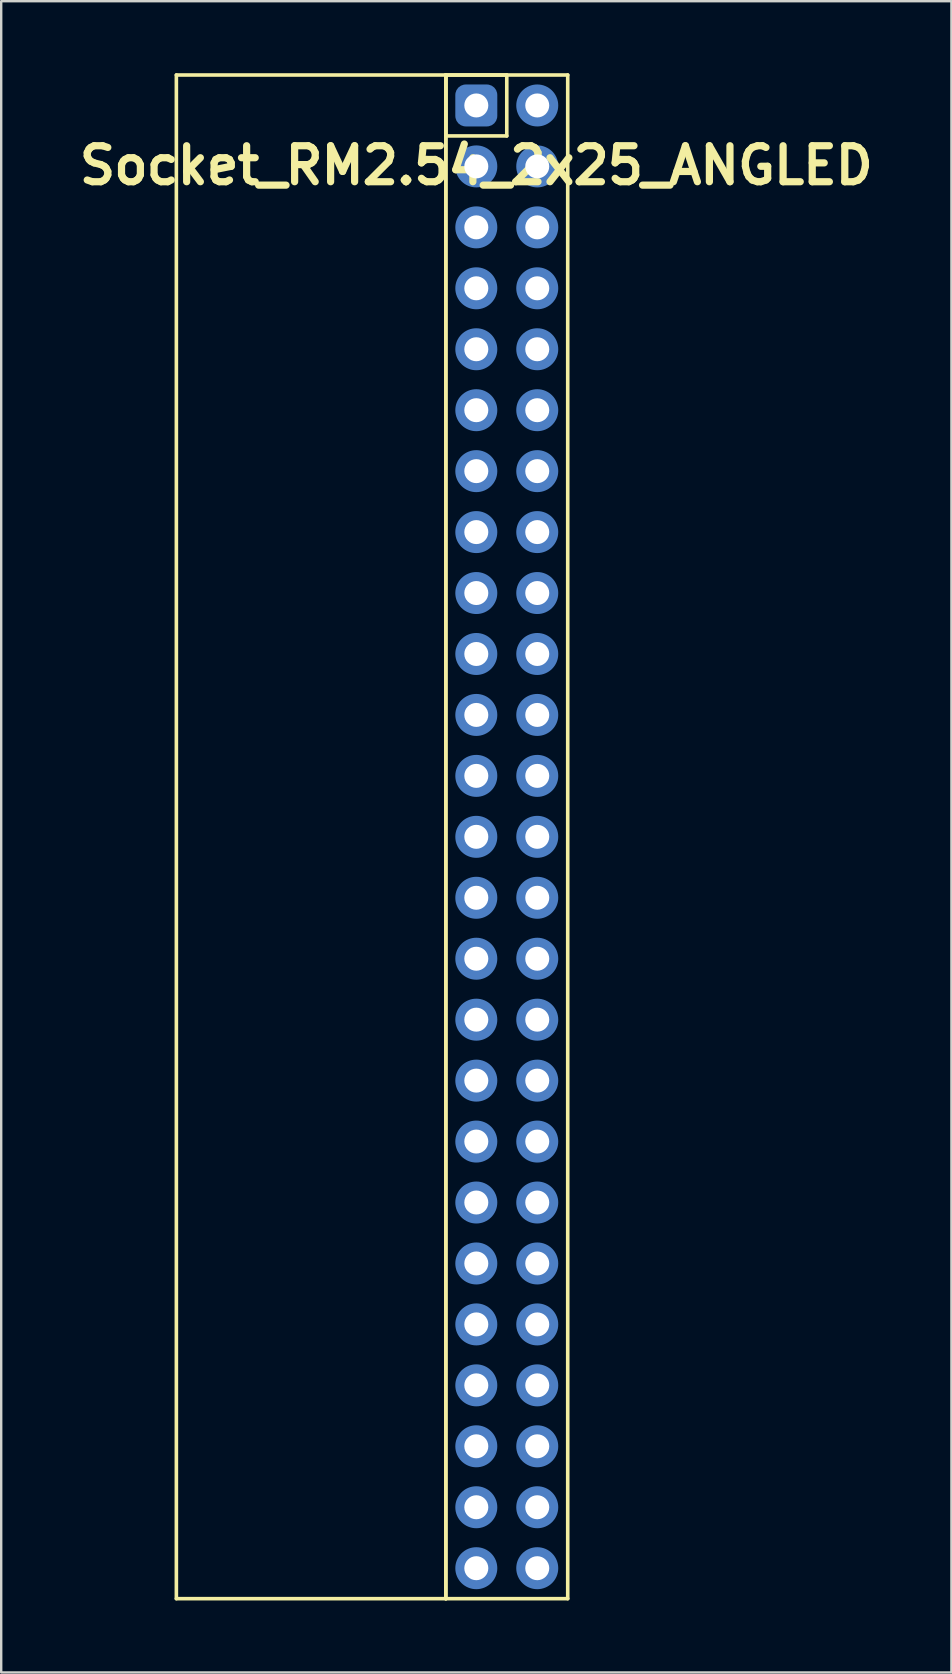
<source format=kicad_pcb>
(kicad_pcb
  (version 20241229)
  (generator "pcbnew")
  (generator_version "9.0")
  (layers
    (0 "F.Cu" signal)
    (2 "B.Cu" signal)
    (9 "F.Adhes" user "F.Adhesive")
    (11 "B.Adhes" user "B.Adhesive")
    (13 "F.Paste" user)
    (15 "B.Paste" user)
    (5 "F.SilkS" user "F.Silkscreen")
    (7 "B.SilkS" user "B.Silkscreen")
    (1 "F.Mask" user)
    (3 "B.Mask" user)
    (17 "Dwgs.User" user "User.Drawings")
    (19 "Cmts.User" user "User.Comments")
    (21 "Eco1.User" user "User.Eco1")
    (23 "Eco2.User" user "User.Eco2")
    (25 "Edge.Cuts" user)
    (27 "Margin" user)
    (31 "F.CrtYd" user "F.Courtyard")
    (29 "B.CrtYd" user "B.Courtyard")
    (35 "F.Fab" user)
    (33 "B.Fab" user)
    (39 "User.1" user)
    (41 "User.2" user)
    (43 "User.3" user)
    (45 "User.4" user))
  (footprint "Socket_RM2.54_2x25_ANGLED"
    (layer "F.Cu")
    (at 16.8 1.345)
    (property "Reference" "Socket_RM2.54_2x25_ANGLED" (at 0 2.5 0) (layer "F.SilkS") (effects (font (size 1.5 1.5) (thickness 0.3))))
    (attr through_hole)
    (fp_line (start -12.5 -1.27) (end -1.27 -1.27) (stroke (width 0.15) (type solid)) (layer "F.SilkS"))
    (fp_line (start -12.5 62.23) (end -12.5 -1.27) (stroke (width 0.15) (type solid)) (layer "F.SilkS"))
    (fp_line (start -1.27 -1.27) (end -1.27 62.23) (stroke (width 0.15) (type solid)) (layer "F.SilkS"))
    (fp_line (start -1.27 -1.27) (end 1.27 -1.27) (stroke (width 0.15) (type solid)) (layer "F.SilkS"))
    (fp_line (start -1.27 -1.27) (end 3.81 -1.27) (stroke (width 0.15) (type solid)) (layer "F.SilkS"))
    (fp_line (start -1.27 1.27) (end -1.27 -1.27) (stroke (width 0.15) (type solid)) (layer "F.SilkS"))
    (fp_line (start -1.27 62.23) (end -12.5 62.23) (stroke (width 0.15) (type solid)) (layer "F.SilkS"))
    (fp_line (start -1.27 62.23) (end -1.27 -1.27) (stroke (width 0.15) (type solid)) (layer "F.SilkS"))
    (fp_line (start 1.27 -1.27) (end 1.27 1.27) (stroke (width 0.15) (type solid)) (layer "F.SilkS"))
    (fp_line (start 1.27 1.27) (end -1.27 1.27) (stroke (width 0.15) (type solid)) (layer "F.SilkS"))
    (fp_line (start 3.81 -1.27) (end 3.81 62.23) (stroke (width 0.15) (type solid)) (layer "F.SilkS"))
    (fp_line (start 3.81 62.23) (end -1.27 62.23) (stroke (width 0.15) (type solid)) (layer "F.SilkS"))
    (pad "1" thru_hole circle (at 0 0) (size 1.3 1.3) (drill 1) (layers "*.Cu" "*.Mask"))
    (pad "1" smd roundrect (at 0 0) (size 1.5 1.5) (layers "F.Cu" "F.Mask") (roundrect_rratio 0.25))
    (pad "1" smd roundrect (at 0 0) (size 1.75 1.75) (layers "B.Cu" "B.Mask") (roundrect_rratio 0.25))
    (pad "2" thru_hole circle (at 2.54 0) (size 1.3 1.3) (drill 1) (layers "*.Cu" "*.Mask"))
    (pad "2" smd circle (at 2.54 0) (size 1.5 1.5) (layers "F.Cu" "F.Mask"))
    (pad "2" smd circle (at 2.54 0) (size 1.75 1.75) (layers "B.Cu" "B.Mask"))
    (pad "3" thru_hole circle (at 0 2.54) (size 1.3 1.3) (drill 1) (layers "*.Cu" "*.Mask"))
    (pad "3" smd circle (at 0 2.54) (size 1.5 1.5) (layers "F.Cu" "F.Mask"))
    (pad "3" smd circle (at 0 2.54) (size 1.75 1.75) (layers "B.Cu" "B.Mask"))
    (pad "4" thru_hole circle (at 2.54 2.54) (size 1.3 1.3) (drill 1) (layers "*.Cu" "*.Mask"))
    (pad "4" smd circle (at 2.54 2.54) (size 1.5 1.5) (layers "F.Cu" "F.Mask"))
    (pad "4" smd circle (at 2.54 2.54) (size 1.75 1.75) (layers "B.Cu" "B.Mask"))
    (pad "5" thru_hole circle (at 0 5.08) (size 1.3 1.3) (drill 1) (layers "*.Cu" "*.Mask"))
    (pad "5" smd circle (at 0 5.08) (size 1.5 1.5) (layers "F.Cu" "F.Mask"))
    (pad "5" smd circle (at 0 5.08) (size 1.75 1.75) (layers "B.Cu" "B.Mask"))
    (pad "6" thru_hole circle (at 2.54 5.08) (size 1.3 1.3) (drill 1) (layers "*.Cu" "*.Mask"))
    (pad "6" smd circle (at 2.54 5.08) (size 1.5 1.5) (layers "F.Cu" "F.Mask"))
    (pad "6" smd circle (at 2.54 5.08) (size 1.75 1.75) (layers "B.Cu" "B.Mask"))
    (pad "7" thru_hole circle (at 0 7.62) (size 1.3 1.3) (drill 1) (layers "*.Cu" "*.Mask"))
    (pad "7" smd circle (at 0 7.62) (size 1.5 1.5) (layers "F.Cu" "F.Mask"))
    (pad "7" smd circle (at 0 7.62) (size 1.75 1.75) (layers "B.Cu" "B.Mask"))
    (pad "8" thru_hole circle (at 2.54 7.62) (size 1.3 1.3) (drill 1) (layers "*.Cu" "*.Mask"))
    (pad "8" smd circle (at 2.54 7.62) (size 1.5 1.5) (layers "F.Cu" "F.Mask"))
    (pad "8" smd circle (at 2.54 7.62) (size 1.75 1.75) (layers "B.Cu" "B.Mask"))
    (pad "9" thru_hole circle (at 0 10.16) (size 1.3 1.3) (drill 1) (layers "*.Cu" "*.Mask"))
    (pad "9" smd circle (at 0 10.16) (size 1.5 1.5) (layers "F.Cu" "F.Mask"))
    (pad "9" smd circle (at 0 10.16) (size 1.75 1.75) (layers "B.Cu" "B.Mask"))
    (pad "10" thru_hole circle (at 2.54 10.16) (size 1.3 1.3) (drill 1) (layers "*.Cu" "*.Mask"))
    (pad "10" smd circle (at 2.54 10.16) (size 1.5 1.5) (layers "F.Cu" "F.Mask"))
    (pad "10" smd circle (at 2.54 10.16) (size 1.75 1.75) (layers "B.Cu" "B.Mask"))
    (pad "11" thru_hole circle (at 0 12.7) (size 1.3 1.3) (drill 1) (layers "*.Cu" "*.Mask"))
    (pad "11" smd circle (at 0 12.7) (size 1.5 1.5) (layers "F.Cu" "F.Mask"))
    (pad "11" smd circle (at 0 12.7) (size 1.75 1.75) (layers "B.Cu" "B.Mask"))
    (pad "12" thru_hole circle (at 2.54 12.7) (size 1.3 1.3) (drill 1) (layers "*.Cu" "*.Mask"))
    (pad "12" smd circle (at 2.54 12.7) (size 1.5 1.5) (layers "F.Cu" "F.Mask"))
    (pad "12" smd circle (at 2.54 12.7) (size 1.75 1.75) (layers "B.Cu" "B.Mask"))
    (pad "13" thru_hole circle (at 0 15.24) (size 1.3 1.3) (drill 1) (layers "*.Cu" "*.Mask"))
    (pad "13" smd circle (at 0 15.24) (size 1.5 1.5) (layers "F.Cu" "F.Mask"))
    (pad "13" smd circle (at 0 15.24) (size 1.75 1.75) (layers "B.Cu" "B.Mask"))
    (pad "14" thru_hole circle (at 2.54 15.24) (size 1.3 1.3) (drill 1) (layers "*.Cu" "*.Mask"))
    (pad "14" smd circle (at 2.54 15.24) (size 1.5 1.5) (layers "F.Cu" "F.Mask"))
    (pad "14" smd circle (at 2.54 15.24) (size 1.75 1.75) (layers "B.Cu" "B.Mask"))
    (pad "15" thru_hole circle (at 0 17.78) (size 1.3 1.3) (drill 1) (layers "*.Cu" "*.Mask"))
    (pad "15" smd circle (at 0 17.78) (size 1.5 1.5) (layers "F.Cu" "F.Mask"))
    (pad "15" smd circle (at 0 17.78) (size 1.75 1.75) (layers "B.Cu" "B.Mask"))
    (pad "16" thru_hole circle (at 2.54 17.78) (size 1.3 1.3) (drill 1) (layers "*.Cu" "*.Mask"))
    (pad "16" smd circle (at 2.54 17.78) (size 1.5 1.5) (layers "F.Cu" "F.Mask"))
    (pad "16" smd circle (at 2.54 17.78) (size 1.75 1.75) (layers "B.Cu" "B.Mask"))
    (pad "17" thru_hole circle (at 0 20.32) (size 1.3 1.3) (drill 1) (layers "*.Cu" "*.Mask"))
    (pad "17" smd circle (at 0 20.32) (size 1.5 1.5) (layers "F.Cu" "F.Mask"))
    (pad "17" smd circle (at 0 20.32) (size 1.75 1.75) (layers "B.Cu" "B.Mask"))
    (pad "18" thru_hole circle (at 2.54 20.32) (size 1.3 1.3) (drill 1) (layers "*.Cu" "*.Mask"))
    (pad "18" smd circle (at 2.54 20.32) (size 1.5 1.5) (layers "F.Cu" "F.Mask"))
    (pad "18" smd circle (at 2.54 20.32) (size 1.75 1.75) (layers "B.Cu" "B.Mask"))
    (pad "19" thru_hole circle (at 0 22.86) (size 1.3 1.3) (drill 1) (layers "*.Cu" "*.Mask"))
    (pad "19" smd circle (at 0 22.86) (size 1.5 1.5) (layers "F.Cu" "F.Mask"))
    (pad "19" smd circle (at 0 22.86) (size 1.75 1.75) (layers "B.Cu" "B.Mask"))
    (pad "20" thru_hole circle (at 2.54 22.86) (size 1.3 1.3) (drill 1) (layers "*.Cu" "*.Mask"))
    (pad "20" smd circle (at 2.54 22.86) (size 1.5 1.5) (layers "F.Cu" "F.Mask"))
    (pad "20" smd circle (at 2.54 22.86) (size 1.75 1.75) (layers "B.Cu" "B.Mask"))
    (pad "21" thru_hole circle (at 0 25.4) (size 1.3 1.3) (drill 1) (layers "*.Cu" "*.Mask"))
    (pad "21" smd circle (at 0 25.4) (size 1.5 1.5) (layers "F.Cu" "F.Mask"))
    (pad "21" smd circle (at 0 25.4) (size 1.75 1.75) (layers "B.Cu" "B.Mask"))
    (pad "22" thru_hole circle (at 2.54 25.4) (size 1.3 1.3) (drill 1) (layers "*.Cu" "*.Mask"))
    (pad "22" smd circle (at 2.54 25.4) (size 1.5 1.5) (layers "F.Cu" "F.Mask"))
    (pad "22" smd circle (at 2.54 25.4) (size 1.75 1.75) (layers "B.Cu" "B.Mask"))
    (pad "23" thru_hole circle (at 0 27.94) (size 1.3 1.3) (drill 1) (layers "*.Cu" "*.Mask"))
    (pad "23" smd circle (at 0 27.94) (size 1.5 1.5) (layers "F.Cu" "F.Mask"))
    (pad "23" smd circle (at 0 27.94) (size 1.75 1.75) (layers "B.Cu" "B.Mask"))
    (pad "24" thru_hole circle (at 2.54 27.94) (size 1.3 1.3) (drill 1) (layers "*.Cu" "*.Mask"))
    (pad "24" smd circle (at 2.54 27.94) (size 1.5 1.5) (layers "F.Cu" "F.Mask"))
    (pad "24" smd circle (at 2.54 27.94) (size 1.75 1.75) (layers "B.Cu" "B.Mask"))
    (pad "25" thru_hole circle (at 0 30.48) (size 1.3 1.3) (drill 1) (layers "*.Cu" "*.Mask"))
    (pad "25" smd circle (at 0 30.48) (size 1.5 1.5) (layers "F.Cu" "F.Mask"))
    (pad "25" smd circle (at 0 30.48) (size 1.75 1.75) (layers "B.Cu" "B.Mask"))
    (pad "26" thru_hole circle (at 2.54 30.48) (size 1.3 1.3) (drill 1) (layers "*.Cu" "*.Mask"))
    (pad "26" smd circle (at 2.54 30.48) (size 1.5 1.5) (layers "F.Cu" "F.Mask"))
    (pad "26" smd circle (at 2.54 30.48) (size 1.75 1.75) (layers "B.Cu" "B.Mask"))
    (pad "27" thru_hole circle (at 0 33.02) (size 1.3 1.3) (drill 1) (layers "*.Cu" "*.Mask"))
    (pad "27" smd circle (at 0 33.02) (size 1.5 1.5) (layers "F.Cu" "F.Mask"))
    (pad "27" smd circle (at 0 33.02) (size 1.75 1.75) (layers "B.Cu" "B.Mask"))
    (pad "28" thru_hole circle (at 2.54 33.02) (size 1.3 1.3) (drill 1) (layers "*.Cu" "*.Mask"))
    (pad "28" smd circle (at 2.54 33.02) (size 1.5 1.5) (layers "F.Cu" "F.Mask"))
    (pad "28" smd circle (at 2.54 33.02) (size 1.75 1.75) (layers "B.Cu" "B.Mask"))
    (pad "29" thru_hole circle (at 0 35.56) (size 1.3 1.3) (drill 1) (layers "*.Cu" "*.Mask"))
    (pad "29" smd circle (at 0 35.56) (size 1.5 1.5) (layers "F.Cu" "F.Mask"))
    (pad "29" smd circle (at 0 35.56) (size 1.75 1.75) (layers "B.Cu" "B.Mask"))
    (pad "30" thru_hole circle (at 2.54 35.56) (size 1.3 1.3) (drill 1) (layers "*.Cu" "*.Mask"))
    (pad "30" smd circle (at 2.54 35.56) (size 1.5 1.5) (layers "F.Cu" "F.Mask"))
    (pad "30" smd circle (at 2.54 35.56) (size 1.75 1.75) (layers "B.Cu" "B.Mask"))
    (pad "31" thru_hole circle (at 0 38.1) (size 1.3 1.3) (drill 1) (layers "*.Cu" "*.Mask"))
    (pad "31" smd circle (at 0 38.1) (size 1.5 1.5) (layers "F.Cu" "F.Mask"))
    (pad "31" smd circle (at 0 38.1) (size 1.75 1.75) (layers "B.Cu" "B.Mask"))
    (pad "32" thru_hole circle (at 2.54 38.1) (size 1.3 1.3) (drill 1) (layers "*.Cu" "*.Mask"))
    (pad "32" smd circle (at 2.54 38.1) (size 1.5 1.5) (layers "F.Cu" "F.Mask"))
    (pad "32" smd circle (at 2.54 38.1) (size 1.75 1.75) (layers "B.Cu" "B.Mask"))
    (pad "33" thru_hole circle (at 0 40.64) (size 1.3 1.3) (drill 1) (layers "*.Cu" "*.Mask"))
    (pad "33" smd circle (at 0 40.64) (size 1.5 1.5) (layers "F.Cu" "F.Mask"))
    (pad "33" smd circle (at 0 40.64) (size 1.75 1.75) (layers "B.Cu" "B.Mask"))
    (pad "34" thru_hole circle (at 2.54 40.64) (size 1.3 1.3) (drill 1) (layers "*.Cu" "*.Mask"))
    (pad "34" smd circle (at 2.54 40.64) (size 1.5 1.5) (layers "F.Cu" "F.Mask"))
    (pad "34" smd circle (at 2.54 40.64) (size 1.75 1.75) (layers "B.Cu" "B.Mask"))
    (pad "35" thru_hole circle (at 0 43.18) (size 1.3 1.3) (drill 1) (layers "*.Cu" "*.Mask"))
    (pad "35" smd circle (at 0 43.18) (size 1.5 1.5) (layers "F.Cu" "F.Mask"))
    (pad "35" smd circle (at 0 43.18) (size 1.75 1.75) (layers "B.Cu" "B.Mask"))
    (pad "36" thru_hole circle (at 2.54 43.18) (size 1.3 1.3) (drill 1) (layers "*.Cu" "*.Mask"))
    (pad "36" smd circle (at 2.54 43.18) (size 1.5 1.5) (layers "F.Cu" "F.Mask"))
    (pad "36" smd circle (at 2.54 43.18) (size 1.75 1.75) (layers "B.Cu" "B.Mask"))
    (pad "37" thru_hole circle (at 0 45.72) (size 1.3 1.3) (drill 1) (layers "*.Cu" "*.Mask"))
    (pad "37" smd circle (at 0 45.72) (size 1.5 1.5) (layers "F.Cu" "F.Mask"))
    (pad "37" smd circle (at 0 45.72) (size 1.75 1.75) (layers "B.Cu" "B.Mask"))
    (pad "38" thru_hole circle (at 2.54 45.72) (size 1.3 1.3) (drill 1) (layers "*.Cu" "*.Mask"))
    (pad "38" smd circle (at 2.54 45.72) (size 1.5 1.5) (layers "F.Cu" "F.Mask"))
    (pad "38" smd circle (at 2.54 45.72) (size 1.75 1.75) (layers "B.Cu" "B.Mask"))
    (pad "39" thru_hole circle (at 0 48.26) (size 1.3 1.3) (drill 1) (layers "*.Cu" "*.Mask"))
    (pad "39" smd circle (at 0 48.26) (size 1.5 1.5) (layers "F.Cu" "F.Mask"))
    (pad "39" smd circle (at 0 48.26) (size 1.75 1.75) (layers "B.Cu" "B.Mask"))
    (pad "40" thru_hole circle (at 2.54 48.26) (size 1.3 1.3) (drill 1) (layers "*.Cu" "*.Mask"))
    (pad "40" smd circle (at 2.54 48.26) (size 1.5 1.5) (layers "F.Cu" "F.Mask"))
    (pad "40" smd circle (at 2.54 48.26) (size 1.75 1.75) (layers "B.Cu" "B.Mask"))
    (pad "41" thru_hole circle (at 0 50.8) (size 1.3 1.3) (drill 1) (layers "*.Cu" "*.Mask"))
    (pad "41" smd circle (at 0 50.8) (size 1.5 1.5) (layers "F.Cu" "F.Mask"))
    (pad "41" smd circle (at 0 50.8) (size 1.75 1.75) (layers "B.Cu" "B.Mask"))
    (pad "42" thru_hole circle (at 2.54 50.8) (size 1.3 1.3) (drill 1) (layers "*.Cu" "*.Mask"))
    (pad "42" smd circle (at 2.54 50.8) (size 1.5 1.5) (layers "F.Cu" "F.Mask"))
    (pad "42" smd circle (at 2.54 50.8) (size 1.75 1.75) (layers "B.Cu" "B.Mask"))
    (pad "43" thru_hole circle (at 0 53.34) (size 1.3 1.3) (drill 1) (layers "*.Cu" "*.Mask"))
    (pad "43" smd circle (at 0 53.34) (size 1.5 1.5) (layers "F.Cu" "F.Mask"))
    (pad "43" smd circle (at 0 53.34) (size 1.75 1.75) (layers "B.Cu" "B.Mask"))
    (pad "44" thru_hole circle (at 2.54 53.34) (size 1.3 1.3) (drill 1) (layers "*.Cu" "*.Mask"))
    (pad "44" smd circle (at 2.54 53.34) (size 1.5 1.5) (layers "F.Cu" "F.Mask"))
    (pad "44" smd circle (at 2.54 53.34) (size 1.75 1.75) (layers "B.Cu" "B.Mask"))
    (pad "45" thru_hole circle (at 0 55.88) (size 1.3 1.3) (drill 1) (layers "*.Cu" "*.Mask"))
    (pad "45" smd circle (at 0 55.88) (size 1.5 1.5) (layers "F.Cu" "F.Mask"))
    (pad "45" smd circle (at 0 55.88) (size 1.75 1.75) (layers "B.Cu" "B.Mask"))
    (pad "46" thru_hole circle (at 2.54 55.88) (size 1.3 1.3) (drill 1) (layers "*.Cu" "*.Mask"))
    (pad "46" smd circle (at 2.54 55.88) (size 1.5 1.5) (layers "F.Cu" "F.Mask"))
    (pad "46" smd circle (at 2.54 55.88) (size 1.75 1.75) (layers "B.Cu" "B.Mask"))
    (pad "47" thru_hole circle (at 0 58.42) (size 1.3 1.3) (drill 1) (layers "*.Cu" "*.Mask"))
    (pad "47" smd circle (at 0 58.42) (size 1.5 1.5) (layers "F.Cu" "F.Mask"))
    (pad "47" smd circle (at 0 58.42) (size 1.75 1.75) (layers "B.Cu" "B.Mask"))
    (pad "48" thru_hole circle (at 2.54 58.42) (size 1.3 1.3) (drill 1) (layers "*.Cu" "*.Mask"))
    (pad "48" smd circle (at 2.54 58.42) (size 1.5 1.5) (layers "F.Cu" "F.Mask"))
    (pad "48" smd circle (at 2.54 58.42) (size 1.75 1.75) (layers "B.Cu" "B.Mask"))
    (pad "49" thru_hole circle (at 0 60.96) (size 1.3 1.3) (drill 1) (layers "*.Cu" "*.Mask"))
    (pad "49" smd circle (at 0 60.96) (size 1.5 1.5) (layers "F.Cu" "F.Mask"))
    (pad "49" smd circle (at 0 60.96) (size 1.75 1.75) (layers "B.Cu" "B.Mask"))
    (pad "50" thru_hole circle (at 2.54 60.96) (size 1.3 1.3) (drill 1) (layers "*.Cu" "*.Mask"))
    (pad "50" smd circle (at 2.54 60.96) (size 1.5 1.5) (layers "F.Cu" "F.Mask"))
    (pad "50" smd circle (at 2.54 60.96) (size 1.75 1.75) (layers "B.Cu" "B.Mask")))
  (gr_rect
    (start -3 -3)
    (end 36.6 66.65)
    (stroke (width 0.1) (type default))
    (fill no)
    (layer "Edge.Cuts")))
</source>
